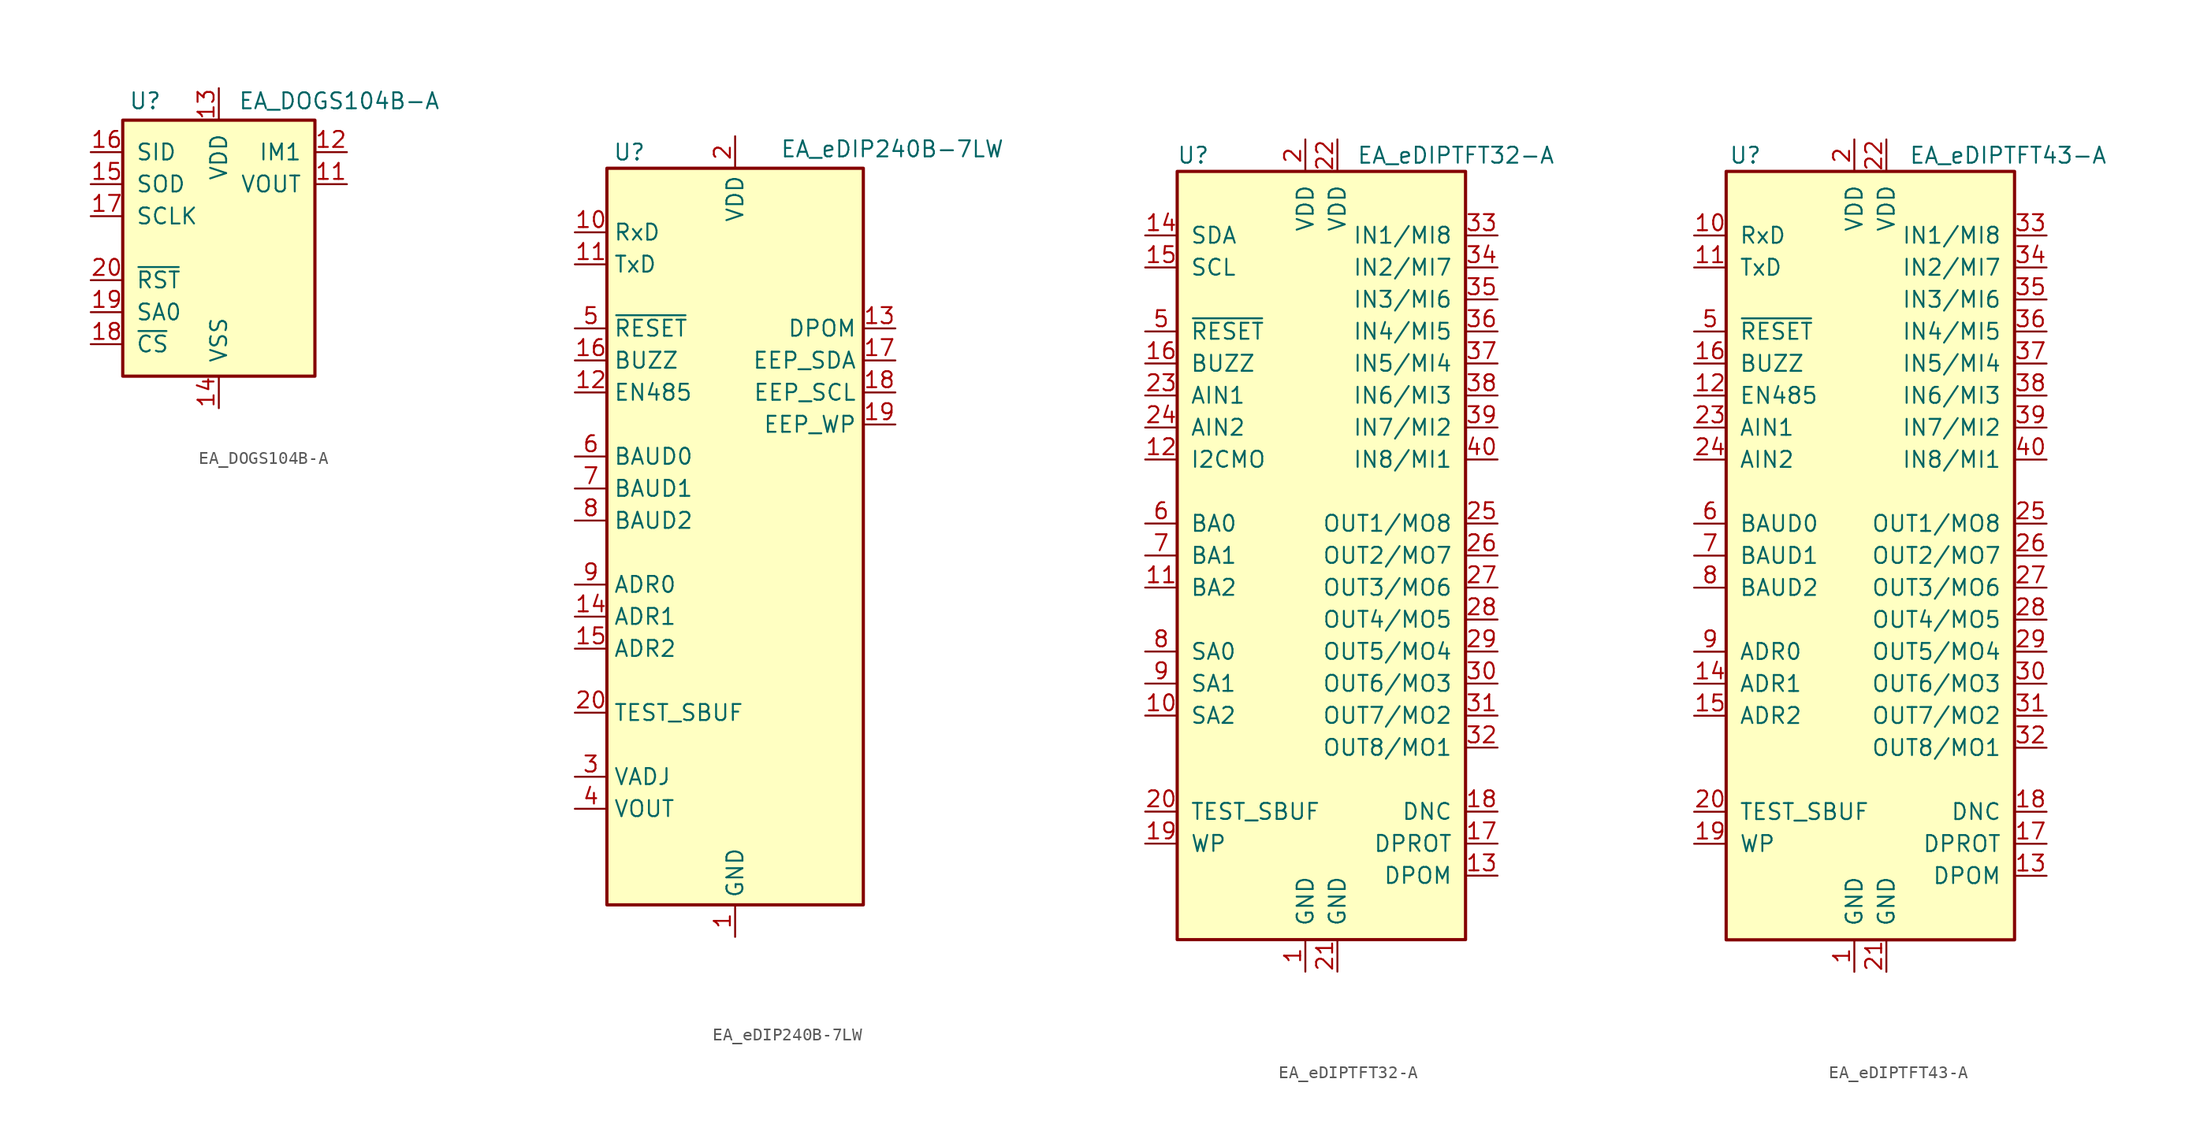
<source format=kicad_sym>
(kicad_symbol_lib
  (version 20201005)
  (generator kicad_symbol_editor)
  (symbol "EA_DOGS104B-A"
    (pin_names
      (offset 1.016))
    (property "Reference" "U"
      (at -5.842 11.684 0)
      (effects (font (size 1.27 1.27))))
    (property "Value" "EA_DOGS104B-A"
      (at 1.524 11.684 0)
      (effects (font (size 1.27 1.27)) (justify left)))
    (symbol "EA_DOGS104B-A_0_1"
      (rectangle (start -7.62 10.16) (end 7.62 -10.16) (stroke (width 0.254)) (fill (type background))))
    (symbol "EA_DOGS104B-A_1_1"
      (pin no_connect line (at 7.62 0 180) (length 2.54) hide (name "NC" (effects (font (size 1.27 1.27)))) (number "1" (effects (font (size 1.27 1.27)))))
      (pin no_connect line (at 7.62 -7.62 180) (length 2.54) hide (name "NC" (effects (font (size 1.27 1.27)))) (number "10" (effects (font (size 1.27 1.27)))))
      (pin output line (at 10.16 5.08 180) (length 2.54) (name "VOUT" (effects (font (size 1.27 1.27)))) (number "11" (effects (font (size 1.27 1.27)))))
      (pin input line (at 10.16 7.62 180) (length 2.54) (name "IM1" (effects (font (size 1.27 1.27)))) (number "12" (effects (font (size 1.27 1.27)))))
      (pin power_in line (at 0 12.7 270) (length 2.54) (name "VDD" (effects (font (size 1.27 1.27)))) (number "13" (effects (font (size 1.27 1.27)))))
      (pin power_in line (at 0 -12.7 90) (length 2.54) (name "VSS" (effects (font (size 1.27 1.27)))) (number "14" (effects (font (size 1.27 1.27)))))
      (pin output line (at -10.16 5.08 0) (length 2.54) (name "SOD" (effects (font (size 1.27 1.27)))) (number "15" (effects (font (size 1.27 1.27)))))
      (pin input line (at -10.16 7.62 0) (length 2.54) (name "SID" (effects (font (size 1.27 1.27)))) (number "16" (effects (font (size 1.27 1.27)))))
      (pin input line (at -10.16 2.54 0) (length 2.54) (name "SCLK" (effects (font (size 1.27 1.27)))) (number "17" (effects (font (size 1.27 1.27)))))
      (pin input line (at -10.16 -7.62 0) (length 2.54) (name "~CS" (effects (font (size 1.27 1.27)))) (number "18" (effects (font (size 1.27 1.27)))))
      (pin input line (at -10.16 -5.08 0) (length 2.54) (name "SA0" (effects (font (size 1.27 1.27)))) (number "19" (effects (font (size 1.27 1.27)))))
      (pin no_connect line (at 7.62 -2.54 180) (length 2.54) hide (name "NC" (effects (font (size 1.27 1.27)))) (number "2" (effects (font (size 1.27 1.27)))))
      (pin input line (at -10.16 -2.54 0) (length 2.54) (name "~RST" (effects (font (size 1.27 1.27)))) (number "20" (effects (font (size 1.27 1.27)))))
      (pin no_connect line (at 7.62 -5.08 180) (length 2.54) hide (name "NC" (effects (font (size 1.27 1.27)))) (number "9" (effects (font (size 1.27 1.27)))))))
  (symbol "EA_eDIP240B-7LW"
    (property "Reference" "U"
      (at -8.382 29.21 0)
      (effects (font (size 1.27 1.27))))
    (property "Value" "EA_eDIP240B-7LW"
      (at 3.556 29.464 0)
      (effects (font (size 1.27 1.27)) (justify left)))
    (symbol "EA_eDIP240B-7LW_0_1"
      (rectangle (start -10.16 27.94) (end 10.16 -30.48) (stroke (width 0.254)) (fill (type background))))
    (symbol "EA_eDIP240B-7LW_1_1"
      (pin power_in line (at 0 -33.02 90) (length 2.54) (name "GND" (effects (font (size 1.27 1.27)))) (number "1" (effects (font (size 1.27 1.27)))))
      (pin input line (at -12.7 22.86 0) (length 2.54) (name "RxD" (effects (font (size 1.27 1.27)))) (number "10" (effects (font (size 1.27 1.27)))))
      (pin output line (at -12.7 20.32 0) (length 2.54) (name "TxD" (effects (font (size 1.27 1.27)))) (number "11" (effects (font (size 1.27 1.27)))))
      (pin output line (at -12.7 10.16 0) (length 2.54) (name "EN485" (effects (font (size 1.27 1.27)))) (number "12" (effects (font (size 1.27 1.27)))))
      (pin input line (at 12.7 15.24 180) (length 2.54) (name "DPOM" (effects (font (size 1.27 1.27)))) (number "13" (effects (font (size 1.27 1.27)))))
      (pin input line (at -12.7 -7.62 0) (length 2.54) (name "ADR1" (effects (font (size 1.27 1.27)))) (number "14" (effects (font (size 1.27 1.27)))))
      (pin input line (at -12.7 -10.16 0) (length 2.54) (name "ADR2" (effects (font (size 1.27 1.27)))) (number "15" (effects (font (size 1.27 1.27)))))
      (pin output line (at -12.7 12.7 0) (length 2.54) (name "BUZZ" (effects (font (size 1.27 1.27)))) (number "16" (effects (font (size 1.27 1.27)))))
      (pin bidirectional line (at 12.7 12.7 180) (length 2.54) (name "EEP_SDA" (effects (font (size 1.27 1.27)))) (number "17" (effects (font (size 1.27 1.27)))))
      (pin output line (at 12.7 10.16 180) (length 2.54) (name "EEP_SCL" (effects (font (size 1.27 1.27)))) (number "18" (effects (font (size 1.27 1.27)))))
      (pin input line (at 12.7 7.62 180) (length 2.54) (name "EEP_WP" (effects (font (size 1.27 1.27)))) (number "19" (effects (font (size 1.27 1.27)))))
      (pin power_in line (at 0 30.48 270) (length 2.54) (name "VDD" (effects (font (size 1.27 1.27)))) (number "2" (effects (font (size 1.27 1.27)))))
      (pin open_collector line (at -12.7 -15.24 0) (length 2.54) (name "TEST_SBUF" (effects (font (size 1.27 1.27)))) (number "20" (effects (font (size 1.27 1.27)))))
      (pin no_connect line (at -10.16 -25.4 0) (length 2.54) hide (name "NC" (effects (font (size 1.27 1.27)))) (number "21" (effects (font (size 1.27 1.27)))))
      (pin no_connect line (at -10.16 -27.94 0) (length 2.54) hide (name "NC" (effects (font (size 1.27 1.27)))) (number "22" (effects (font (size 1.27 1.27)))))
      (pin no_connect line (at 10.16 25.4 180) (length 2.54) hide (name "NC" (effects (font (size 1.27 1.27)))) (number "23" (effects (font (size 1.27 1.27)))))
      (pin no_connect line (at 10.16 22.86 180) (length 2.54) hide (name "NC" (effects (font (size 1.27 1.27)))) (number "24" (effects (font (size 1.27 1.27)))))
      (pin no_connect line (at 10.16 20.32 180) (length 2.54) hide (name "NC" (effects (font (size 1.27 1.27)))) (number "25" (effects (font (size 1.27 1.27)))))
      (pin no_connect line (at 10.16 17.78 180) (length 2.54) hide (name "NC" (effects (font (size 1.27 1.27)))) (number "26" (effects (font (size 1.27 1.27)))))
      (pin no_connect line (at 10.16 5.08 180) (length 2.54) hide (name "NC" (effects (font (size 1.27 1.27)))) (number "27" (effects (font (size 1.27 1.27)))))
      (pin no_connect line (at 10.16 2.54 180) (length 2.54) hide (name "NC" (effects (font (size 1.27 1.27)))) (number "28" (effects (font (size 1.27 1.27)))))
      (pin no_connect line (at 10.16 0 180) (length 2.54) hide (name "NC" (effects (font (size 1.27 1.27)))) (number "29" (effects (font (size 1.27 1.27)))))
      (pin input line (at -12.7 -20.32 0) (length 2.54) (name "VADJ" (effects (font (size 1.27 1.27)))) (number "3" (effects (font (size 1.27 1.27)))))
      (pin no_connect line (at 10.16 -2.54 180) (length 2.54) hide (name "NC" (effects (font (size 1.27 1.27)))) (number "30" (effects (font (size 1.27 1.27)))))
      (pin no_connect line (at 10.16 -5.08 180) (length 2.54) hide (name "NC" (effects (font (size 1.27 1.27)))) (number "31" (effects (font (size 1.27 1.27)))))
      (pin no_connect line (at 10.16 -7.62 180) (length 2.54) hide (name "NC" (effects (font (size 1.27 1.27)))) (number "32" (effects (font (size 1.27 1.27)))))
      (pin no_connect line (at 10.16 -10.16 180) (length 2.54) hide (name "NC" (effects (font (size 1.27 1.27)))) (number "33" (effects (font (size 1.27 1.27)))))
      (pin no_connect line (at 10.16 -12.7 180) (length 2.54) hide (name "NC" (effects (font (size 1.27 1.27)))) (number "34" (effects (font (size 1.27 1.27)))))
      (pin no_connect line (at 10.16 -15.24 180) (length 2.54) hide (name "NC" (effects (font (size 1.27 1.27)))) (number "35" (effects (font (size 1.27 1.27)))))
      (pin no_connect line (at 10.16 -17.78 180) (length 2.54) hide (name "NC" (effects (font (size 1.27 1.27)))) (number "36" (effects (font (size 1.27 1.27)))))
      (pin no_connect line (at 10.16 -20.32 180) (length 2.54) hide (name "NC" (effects (font (size 1.27 1.27)))) (number "37" (effects (font (size 1.27 1.27)))))
      (pin no_connect line (at 10.16 -22.86 180) (length 2.54) hide (name "NC" (effects (font (size 1.27 1.27)))) (number "38" (effects (font (size 1.27 1.27)))))
      (pin no_connect line (at 10.16 -25.4 180) (length 2.54) hide (name "NC" (effects (font (size 1.27 1.27)))) (number "39" (effects (font (size 1.27 1.27)))))
      (pin output line (at -12.7 -22.86 0) (length 2.54) (name "VOUT" (effects (font (size 1.27 1.27)))) (number "4" (effects (font (size 1.27 1.27)))))
      (pin no_connect line (at 10.16 -27.94 180) (length 2.54) hide (name "NC" (effects (font (size 1.27 1.27)))) (number "40" (effects (font (size 1.27 1.27)))))
      (pin input line (at -12.7 15.24 0) (length 2.54) (name "~RESET" (effects (font (size 1.27 1.27)))) (number "5" (effects (font (size 1.27 1.27)))))
      (pin input line (at -12.7 5.08 0) (length 2.54) (name "BAUD0" (effects (font (size 1.27 1.27)))) (number "6" (effects (font (size 1.27 1.27)))))
      (pin input line (at -12.7 2.54 0) (length 2.54) (name "BAUD1" (effects (font (size 1.27 1.27)))) (number "7" (effects (font (size 1.27 1.27)))))
      (pin input line (at -12.7 0 0) (length 2.54) (name "BAUD2" (effects (font (size 1.27 1.27)))) (number "8" (effects (font (size 1.27 1.27)))))
      (pin input line (at -12.7 -5.08 0) (length 2.54) (name "ADR0" (effects (font (size 1.27 1.27)))) (number "9" (effects (font (size 1.27 1.27)))))))
  (symbol "EA_eDIPTFT32-A"
    (pin_names
      (offset 1.016))
    (property "Reference" "U"
      (at -11.43 31.75 0)
      (effects (font (size 1.27 1.27))))
    (property "Value" "EA_eDIPTFT32-A"
      (at 1.524 31.75 0)
      (effects (font (size 1.27 1.27)) (justify left)))
    (symbol "EA_eDIPTFT32-A_0_1"
      (rectangle (start -12.7 30.48) (end 10.16 -30.48) (stroke (width 0.254)) (fill (type background))))
    (symbol "EA_eDIPTFT32-A_1_1"
      (pin power_in line (at -2.54 -33.02 90) (length 2.54) (name "GND" (effects (font (size 1.27 1.27)))) (number "1" (effects (font (size 1.27 1.27)))))
      (pin input line (at -15.24 -12.7 0) (length 2.54) (name "SA2" (effects (font (size 1.27 1.27)))) (number "10" (effects (font (size 1.27 1.27)))))
      (pin input line (at -15.24 -2.54 0) (length 2.54) (name "BA2" (effects (font (size 1.27 1.27)))) (number "11" (effects (font (size 1.27 1.27)))))
      (pin input line (at -15.24 7.62 0) (length 2.54) (name "I2CMO" (effects (font (size 1.27 1.27)))) (number "12" (effects (font (size 1.27 1.27)))))
      (pin input line (at 12.7 -25.4 180) (length 2.54) (name "DPOM" (effects (font (size 1.27 1.27)))) (number "13" (effects (font (size 1.27 1.27)))))
      (pin bidirectional line (at -15.24 25.4 0) (length 2.54) (name "SDA" (effects (font (size 1.27 1.27)))) (number "14" (effects (font (size 1.27 1.27)))))
      (pin input line (at -15.24 22.86 0) (length 2.54) (name "SCL" (effects (font (size 1.27 1.27)))) (number "15" (effects (font (size 1.27 1.27)))))
      (pin output line (at -15.24 15.24 0) (length 2.54) (name "BUZZ" (effects (font (size 1.27 1.27)))) (number "16" (effects (font (size 1.27 1.27)))))
      (pin input line (at 12.7 -22.86 180) (length 2.54) (name "DPROT" (effects (font (size 1.27 1.27)))) (number "17" (effects (font (size 1.27 1.27)))))
      (pin output line (at 12.7 -20.32 180) (length 2.54) (name "DNC" (effects (font (size 1.27 1.27)))) (number "18" (effects (font (size 1.27 1.27)))))
      (pin input line (at -15.24 -22.86 0) (length 2.54) (name "WP" (effects (font (size 1.27 1.27)))) (number "19" (effects (font (size 1.27 1.27)))))
      (pin power_in line (at -2.54 33.02 270) (length 2.54) (name "VDD" (effects (font (size 1.27 1.27)))) (number "2" (effects (font (size 1.27 1.27)))))
      (pin bidirectional line (at -15.24 -20.32 0) (length 2.54) (name "TEST_SBUF" (effects (font (size 1.27 1.27)))) (number "20" (effects (font (size 1.27 1.27)))))
      (pin power_in line (at 0 -33.02 90) (length 2.54) (name "GND" (effects (font (size 1.27 1.27)))) (number "21" (effects (font (size 1.27 1.27)))))
      (pin power_in line (at 0 33.02 270) (length 2.54) (name "VDD" (effects (font (size 1.27 1.27)))) (number "22" (effects (font (size 1.27 1.27)))))
      (pin input line (at -15.24 12.7 0) (length 2.54) (name "AIN1" (effects (font (size 1.27 1.27)))) (number "23" (effects (font (size 1.27 1.27)))))
      (pin input line (at -15.24 10.16 0) (length 2.54) (name "AIN2" (effects (font (size 1.27 1.27)))) (number "24" (effects (font (size 1.27 1.27)))))
      (pin output line (at 12.7 2.54 180) (length 2.54) (name "OUT1/MO8" (effects (font (size 1.27 1.27)))) (number "25" (effects (font (size 1.27 1.27)))))
      (pin output line (at 12.7 0 180) (length 2.54) (name "OUT2/MO7" (effects (font (size 1.27 1.27)))) (number "26" (effects (font (size 1.27 1.27)))))
      (pin output line (at 12.7 -2.54 180) (length 2.54) (name "OUT3/MO6" (effects (font (size 1.27 1.27)))) (number "27" (effects (font (size 1.27 1.27)))))
      (pin output line (at 12.7 -5.08 180) (length 2.54) (name "OUT4/MO5" (effects (font (size 1.27 1.27)))) (number "28" (effects (font (size 1.27 1.27)))))
      (pin output line (at 12.7 -7.62 180) (length 2.54) (name "OUT5/MO4" (effects (font (size 1.27 1.27)))) (number "29" (effects (font (size 1.27 1.27)))))
      (pin no_connect line (at 10.16 -27.94 180) (length 2.54) hide (name "NC" (effects (font (size 1.27 1.27)))) (number "3" (effects (font (size 1.27 1.27)))))
      (pin output line (at 12.7 -10.16 180) (length 2.54) (name "OUT6/MO3" (effects (font (size 1.27 1.27)))) (number "30" (effects (font (size 1.27 1.27)))))
      (pin output line (at 12.7 -12.7 180) (length 2.54) (name "OUT7/MO2" (effects (font (size 1.27 1.27)))) (number "31" (effects (font (size 1.27 1.27)))))
      (pin output line (at 12.7 -15.24 180) (length 2.54) (name "OUT8/MO1" (effects (font (size 1.27 1.27)))) (number "32" (effects (font (size 1.27 1.27)))))
      (pin input line (at 12.7 25.4 180) (length 2.54) (name "IN1/MI8" (effects (font (size 1.27 1.27)))) (number "33" (effects (font (size 1.27 1.27)))))
      (pin input line (at 12.7 22.86 180) (length 2.54) (name "IN2/MI7" (effects (font (size 1.27 1.27)))) (number "34" (effects (font (size 1.27 1.27)))))
      (pin input line (at 12.7 20.32 180) (length 2.54) (name "IN3/MI6" (effects (font (size 1.27 1.27)))) (number "35" (effects (font (size 1.27 1.27)))))
      (pin input line (at 12.7 17.78 180) (length 2.54) (name "IN4/MI5" (effects (font (size 1.27 1.27)))) (number "36" (effects (font (size 1.27 1.27)))))
      (pin input line (at 12.7 15.24 180) (length 2.54) (name "IN5/MI4" (effects (font (size 1.27 1.27)))) (number "37" (effects (font (size 1.27 1.27)))))
      (pin input line (at 12.7 12.7 180) (length 2.54) (name "IN6/MI3" (effects (font (size 1.27 1.27)))) (number "38" (effects (font (size 1.27 1.27)))))
      (pin input line (at 12.7 10.16 180) (length 2.54) (name "IN7/MI2" (effects (font (size 1.27 1.27)))) (number "39" (effects (font (size 1.27 1.27)))))
      (pin no_connect line (at -12.7 -27.94 0) (length 2.54) hide (name "NC" (effects (font (size 1.27 1.27)))) (number "4" (effects (font (size 1.27 1.27)))))
      (pin input line (at 12.7 7.62 180) (length 2.54) (name "IN8/MI1" (effects (font (size 1.27 1.27)))) (number "40" (effects (font (size 1.27 1.27)))))
      (pin input line (at -15.24 17.78 0) (length 2.54) (name "~RESET" (effects (font (size 1.27 1.27)))) (number "5" (effects (font (size 1.27 1.27)))))
      (pin input line (at -15.24 2.54 0) (length 2.54) (name "BA0" (effects (font (size 1.27 1.27)))) (number "6" (effects (font (size 1.27 1.27)))))
      (pin input line (at -15.24 0 0) (length 2.54) (name "BA1" (effects (font (size 1.27 1.27)))) (number "7" (effects (font (size 1.27 1.27)))))
      (pin input line (at -15.24 -7.62 0) (length 2.54) (name "SA0" (effects (font (size 1.27 1.27)))) (number "8" (effects (font (size 1.27 1.27)))))
      (pin input line (at -15.24 -10.16 0) (length 2.54) (name "SA1" (effects (font (size 1.27 1.27)))) (number "9" (effects (font (size 1.27 1.27)))))))
  (symbol "EA_eDIPTFT43-A"
    (pin_names
      (offset 1.016))
    (property "Reference" "U"
      (at -11.176 31.75 0)
      (effects (font (size 1.27 1.27))))
    (property "Value" "EA_eDIPTFT43-A"
      (at 1.778 31.75 0)
      (effects (font (size 1.27 1.27)) (justify left)))
    (symbol "EA_eDIPTFT43-A_0_1"
      (rectangle (start -12.7 30.48) (end 10.16 -30.48) (stroke (width 0.254)) (fill (type background))))
    (symbol "EA_eDIPTFT43-A_1_1"
      (pin power_in line (at -2.54 -33.02 90) (length 2.54) (name "GND" (effects (font (size 1.27 1.27)))) (number "1" (effects (font (size 1.27 1.27)))))
      (pin input line (at -15.24 25.4 0) (length 2.54) (name "RxD" (effects (font (size 1.27 1.27)))) (number "10" (effects (font (size 1.27 1.27)))))
      (pin output line (at -15.24 22.86 0) (length 2.54) (name "TxD" (effects (font (size 1.27 1.27)))) (number "11" (effects (font (size 1.27 1.27)))))
      (pin output line (at -15.24 12.7 0) (length 2.54) (name "EN485" (effects (font (size 1.27 1.27)))) (number "12" (effects (font (size 1.27 1.27)))))
      (pin input line (at 12.7 -25.4 180) (length 2.54) (name "DPOM" (effects (font (size 1.27 1.27)))) (number "13" (effects (font (size 1.27 1.27)))))
      (pin input line (at -15.24 -10.16 0) (length 2.54) (name "ADR1" (effects (font (size 1.27 1.27)))) (number "14" (effects (font (size 1.27 1.27)))))
      (pin input line (at -15.24 -12.7 0) (length 2.54) (name "ADR2" (effects (font (size 1.27 1.27)))) (number "15" (effects (font (size 1.27 1.27)))))
      (pin output line (at -15.24 15.24 0) (length 2.54) (name "BUZZ" (effects (font (size 1.27 1.27)))) (number "16" (effects (font (size 1.27 1.27)))))
      (pin input line (at 12.7 -22.86 180) (length 2.54) (name "DPROT" (effects (font (size 1.27 1.27)))) (number "17" (effects (font (size 1.27 1.27)))))
      (pin output line (at 12.7 -20.32 180) (length 2.54) (name "DNC" (effects (font (size 1.27 1.27)))) (number "18" (effects (font (size 1.27 1.27)))))
      (pin input line (at -15.24 -22.86 0) (length 2.54) (name "WP" (effects (font (size 1.27 1.27)))) (number "19" (effects (font (size 1.27 1.27)))))
      (pin power_in line (at -2.54 33.02 270) (length 2.54) (name "VDD" (effects (font (size 1.27 1.27)))) (number "2" (effects (font (size 1.27 1.27)))))
      (pin bidirectional line (at -15.24 -20.32 0) (length 2.54) (name "TEST_SBUF" (effects (font (size 1.27 1.27)))) (number "20" (effects (font (size 1.27 1.27)))))
      (pin power_in line (at 0 -33.02 90) (length 2.54) (name "GND" (effects (font (size 1.27 1.27)))) (number "21" (effects (font (size 1.27 1.27)))))
      (pin power_in line (at 0 33.02 270) (length 2.54) (name "VDD" (effects (font (size 1.27 1.27)))) (number "22" (effects (font (size 1.27 1.27)))))
      (pin input line (at -15.24 10.16 0) (length 2.54) (name "AIN1" (effects (font (size 1.27 1.27)))) (number "23" (effects (font (size 1.27 1.27)))))
      (pin input line (at -15.24 7.62 0) (length 2.54) (name "AIN2" (effects (font (size 1.27 1.27)))) (number "24" (effects (font (size 1.27 1.27)))))
      (pin output line (at 12.7 2.54 180) (length 2.54) (name "OUT1/MO8" (effects (font (size 1.27 1.27)))) (number "25" (effects (font (size 1.27 1.27)))))
      (pin output line (at 12.7 0 180) (length 2.54) (name "OUT2/MO7" (effects (font (size 1.27 1.27)))) (number "26" (effects (font (size 1.27 1.27)))))
      (pin output line (at 12.7 -2.54 180) (length 2.54) (name "OUT3/MO6" (effects (font (size 1.27 1.27)))) (number "27" (effects (font (size 1.27 1.27)))))
      (pin output line (at 12.7 -5.08 180) (length 2.54) (name "OUT4/MO5" (effects (font (size 1.27 1.27)))) (number "28" (effects (font (size 1.27 1.27)))))
      (pin output line (at 12.7 -7.62 180) (length 2.54) (name "OUT5/MO4" (effects (font (size 1.27 1.27)))) (number "29" (effects (font (size 1.27 1.27)))))
      (pin no_connect line (at 12.7 -27.94 180) (length 2.54) hide (name "NC" (effects (font (size 1.27 1.27)))) (number "3" (effects (font (size 1.27 1.27)))))
      (pin output line (at 12.7 -10.16 180) (length 2.54) (name "OUT6/MO3" (effects (font (size 1.27 1.27)))) (number "30" (effects (font (size 1.27 1.27)))))
      (pin output line (at 12.7 -12.7 180) (length 2.54) (name "OUT7/MO2" (effects (font (size 1.27 1.27)))) (number "31" (effects (font (size 1.27 1.27)))))
      (pin output line (at 12.7 -15.24 180) (length 2.54) (name "OUT8/MO1" (effects (font (size 1.27 1.27)))) (number "32" (effects (font (size 1.27 1.27)))))
      (pin input line (at 12.7 25.4 180) (length 2.54) (name "IN1/MI8" (effects (font (size 1.27 1.27)))) (number "33" (effects (font (size 1.27 1.27)))))
      (pin input line (at 12.7 22.86 180) (length 2.54) (name "IN2/MI7" (effects (font (size 1.27 1.27)))) (number "34" (effects (font (size 1.27 1.27)))))
      (pin input line (at 12.7 20.32 180) (length 2.54) (name "IN3/MI6" (effects (font (size 1.27 1.27)))) (number "35" (effects (font (size 1.27 1.27)))))
      (pin input line (at 12.7 17.78 180) (length 2.54) (name "IN4/MI5" (effects (font (size 1.27 1.27)))) (number "36" (effects (font (size 1.27 1.27)))))
      (pin input line (at 12.7 15.24 180) (length 2.54) (name "IN5/MI4" (effects (font (size 1.27 1.27)))) (number "37" (effects (font (size 1.27 1.27)))))
      (pin input line (at 12.7 12.7 180) (length 2.54) (name "IN6/MI3" (effects (font (size 1.27 1.27)))) (number "38" (effects (font (size 1.27 1.27)))))
      (pin input line (at 12.7 10.16 180) (length 2.54) (name "IN7/MI2" (effects (font (size 1.27 1.27)))) (number "39" (effects (font (size 1.27 1.27)))))
      (pin no_connect line (at -15.24 -27.94 0) (length 2.54) hide (name "NC" (effects (font (size 1.27 1.27)))) (number "4" (effects (font (size 1.27 1.27)))))
      (pin input line (at 12.7 7.62 180) (length 2.54) (name "IN8/MI1" (effects (font (size 1.27 1.27)))) (number "40" (effects (font (size 1.27 1.27)))))
      (pin input line (at -15.24 17.78 0) (length 2.54) (name "~RESET" (effects (font (size 1.27 1.27)))) (number "5" (effects (font (size 1.27 1.27)))))
      (pin input line (at -15.24 2.54 0) (length 2.54) (name "BAUD0" (effects (font (size 1.27 1.27)))) (number "6" (effects (font (size 1.27 1.27)))))
      (pin input line (at -15.24 0 0) (length 2.54) (name "BAUD1" (effects (font (size 1.27 1.27)))) (number "7" (effects (font (size 1.27 1.27)))))
      (pin input line (at -15.24 -2.54 0) (length 2.54) (name "BAUD2" (effects (font (size 1.27 1.27)))) (number "8" (effects (font (size 1.27 1.27)))))
      (pin input line (at -15.24 -7.62 0) (length 2.54) (name "ADR0" (effects (font (size 1.27 1.27)))) (number "9" (effects (font (size 1.27 1.27))))))))
</source>
